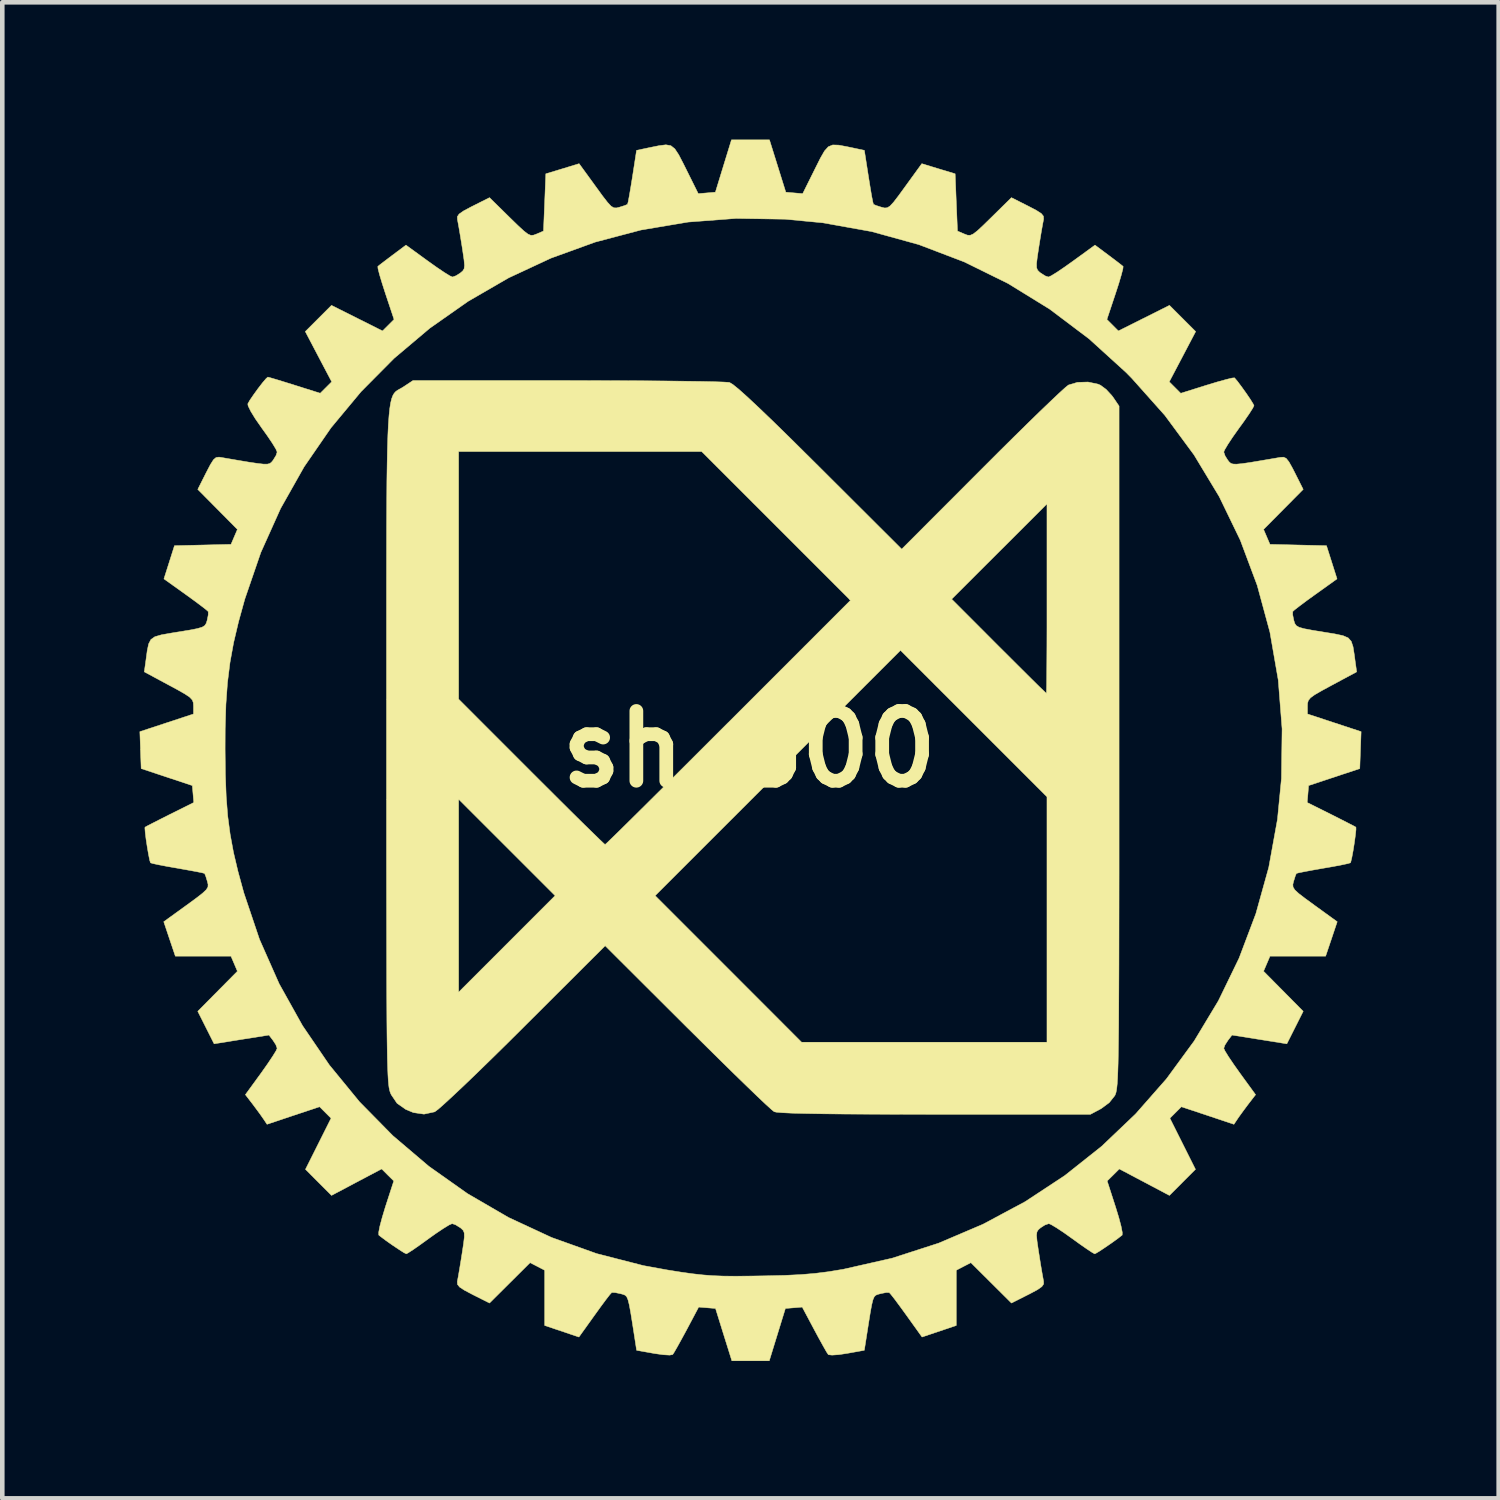
<source format=kicad_pcb>
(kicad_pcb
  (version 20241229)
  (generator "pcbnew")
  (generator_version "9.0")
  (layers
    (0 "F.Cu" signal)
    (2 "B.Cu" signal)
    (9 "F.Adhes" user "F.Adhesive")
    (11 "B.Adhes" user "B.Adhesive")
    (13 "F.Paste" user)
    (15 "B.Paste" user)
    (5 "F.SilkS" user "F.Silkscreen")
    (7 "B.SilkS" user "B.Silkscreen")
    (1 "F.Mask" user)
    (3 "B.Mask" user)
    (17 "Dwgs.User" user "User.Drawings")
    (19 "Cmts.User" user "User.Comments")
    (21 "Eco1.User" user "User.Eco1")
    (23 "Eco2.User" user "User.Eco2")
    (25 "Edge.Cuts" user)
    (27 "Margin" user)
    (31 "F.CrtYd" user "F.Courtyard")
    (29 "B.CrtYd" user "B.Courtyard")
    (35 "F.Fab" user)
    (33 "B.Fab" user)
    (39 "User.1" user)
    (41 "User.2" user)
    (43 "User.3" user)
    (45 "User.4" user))
  (footprint "sh_500"
    (layer "F.Cu")
    (at 13.318 13.315)
    (property "Reference" "sh_500" (at 0 0 0) (layer "F.SilkS") (effects (font (size 1.524 1.524) (thickness 0.3))))
    (attr through_hole)
    (fp_poly (pts (xy -3.385 -8.051) (xy -2.831 -8.049) (xy -2.313 -8.047) (xy -1.84 -8.043) (xy -1.42 -8.038) (xy -1.062 -8.033) (xy -0.776 -8.027) (xy -0.57 -8.02) (xy -0.453 -8.013) (xy -0.432 -8.01) (xy -0.36 -7.967) (xy -0.229 -7.861) (xy -0.038 -7.69) (xy 0.216 -7.452) (xy 0.535 -7.146) (xy 0.919 -6.77) (xy 1.371 -6.322) (xy 1.525 -6.169) (xy 3.329 -4.37) (xy 5.081 -6.125) (xy 5.433 -6.477) (xy 5.767 -6.808) (xy 6.075 -7.111) (xy 6.35 -7.379) (xy 6.585 -7.604) (xy 6.771 -7.78) (xy 6.901 -7.898) (xy 6.968 -7.952) (xy 6.97 -7.954) (xy 7.167 -8.013) (xy 7.399 -8.02) (xy 7.617 -7.974) (xy 7.672 -7.95) (xy 7.796 -7.858) (xy 7.92 -7.723) (xy 7.949 -7.684) (xy 8.077 -7.495) (xy 8.077 -0.051) (xy 8.077 0.966) (xy 8.077 1.886) (xy 8.077 2.714) (xy 8.076 3.455) (xy 8.075 4.115) (xy 8.074 4.698) (xy 8.072 5.209) (xy 8.07 5.653) (xy 8.068 6.035) (xy 8.064 6.36) (xy 8.06 6.633) (xy 8.056 6.859) (xy 8.05 7.043) (xy 8.044 7.189) (xy 8.037 7.304) (xy 8.028 7.391) (xy 8.019 7.456) (xy 8.009 7.503) (xy 7.997 7.538) (xy 7.985 7.566) (xy 7.983 7.569) (xy 7.862 7.721) (xy 7.688 7.85) (xy 7.67 7.86) (xy 7.452 7.976) (xy 4.053 7.976) (xy 3.297 7.975) (xy 2.639 7.973) (xy 2.077 7.97) (xy 1.608 7.965) (xy 1.228 7.958) (xy 0.934 7.951) (xy 0.723 7.941) (xy 0.593 7.93) (xy 0.543 7.919) (xy 0.486 7.873) (xy 0.364 7.762) (xy 0.186 7.594) (xy -0.042 7.374) (xy -0.312 7.112) (xy -0.618 6.812) (xy -0.95 6.484) (xy -1.303 6.134) (xy -1.359 6.079) (xy -3.149 4.294) (xy -4.94 6.081) (xy -5.296 6.435) (xy -5.634 6.767) (xy -5.947 7.072) (xy -6.227 7.341) (xy -6.467 7.567) (xy -6.659 7.744) (xy -6.795 7.864) (xy -6.869 7.919) (xy -6.874 7.922) (xy -7.106 7.972) (xy -7.338 7.938) (xy -7.503 7.87) (xy -7.695 7.735) (xy -7.821 7.549) (xy -7.835 7.519) (xy -7.848 7.485) (xy -7.859 7.444) (xy -7.87 7.391) (xy -7.879 7.32) (xy -7.887 7.226) (xy -7.894 7.104) (xy -7.9 6.95) (xy -7.906 6.758) (xy -7.91 6.523) (xy -7.914 6.241) (xy -7.917 5.906) (xy -7.919 5.513) (xy -7.92 5.308) (xy -6.35 5.308) (xy -5.296 4.254) (xy -4.242 3.2) (xy -4.242 3.2) (xy -2.057 3.2) (xy -0.457 4.8) (xy 1.142 6.401) (xy 6.502 6.401) (xy 6.502 1.041) (xy 4.902 -0.559) (xy 3.302 -2.159) (xy 0.622 0.521) (xy -2.057 3.2) (xy -4.242 3.2) (xy -5.296 2.146) (xy -6.35 1.093) (xy -6.35 5.308) (xy -7.92 5.308) (xy -7.921 5.057) (xy -7.922 4.533) (xy -7.923 3.937) (xy -7.924 3.263) (xy -7.925 2.506) (xy -7.925 1.662) (xy -7.925 0.724) (xy -7.925 -0.046) (xy -7.925 -1.076) (xy -7.925 -2.01) (xy -7.925 -2.851) (xy -7.925 -3.605) (xy -7.924 -4.278) (xy -7.923 -4.873) (xy -7.92 -5.396) (xy -7.917 -5.851) (xy -7.911 -6.244) (xy -7.906 -6.502) (xy -6.35 -6.502) (xy -6.35 -1.093) (xy -4.763 0.495) (xy -4.432 0.825) (xy -4.124 1.132) (xy -3.845 1.409) (xy -3.603 1.648) (xy -3.405 1.841) (xy -3.259 1.983) (xy -3.172 2.065) (xy -3.15 2.083) (xy -3.111 2.048) (xy -3.005 1.946) (xy -2.839 1.784) (xy -2.619 1.567) (xy -2.349 1.3) (xy -2.036 0.989) (xy -1.684 0.64) (xy -1.301 0.258) (xy -0.891 -0.151) (xy -0.46 -0.582) (xy -0.457 -0.584) (xy 2.209 -3.251) (xy 2.183 -3.278) (xy 4.42 -3.278) (xy 5.448 -2.248) (xy 5.712 -1.985) (xy 5.952 -1.746) (xy 6.158 -1.541) (xy 6.322 -1.379) (xy 6.435 -1.27) (xy 6.487 -1.221) (xy 6.489 -1.219) (xy 6.492 -1.268) (xy 6.495 -1.408) (xy 6.497 -1.628) (xy 6.499 -1.918) (xy 6.501 -2.267) (xy 6.502 -2.664) (xy 6.502 -3.099) (xy 6.502 -3.289) (xy 6.502 -5.358) (xy 5.461 -4.318) (xy 4.42 -3.278) (xy 2.183 -3.278) (xy 0.584 -4.877) (xy -1.041 -6.502) (xy -3.695 -6.502) (xy -6.35 -6.502) (xy -7.906 -6.502) (xy -7.904 -6.58) (xy -7.895 -6.862) (xy -7.884 -7.097) (xy -7.87 -7.289) (xy -7.854 -7.443) (xy -7.835 -7.563) (xy -7.813 -7.655) (xy -7.787 -7.724) (xy -7.758 -7.774) (xy -7.725 -7.811) (xy -7.688 -7.838) (xy -7.647 -7.862) (xy -7.601 -7.887) (xy -7.552 -7.917) (xy -7.348 -8.052) (xy -3.966 -8.052) (xy -3.385 -8.051)) (stroke (width 0.01) (type solid)) (fill yes) (layer "F.SilkS"))
    (fp_poly (pts (xy 0.797 -12.167) (xy 0.981 -12.151) (xy 1.166 -12.135) (xy 1.433 -12.672) (xy 1.551 -12.908) (xy 1.642 -13.067) (xy 1.726 -13.16) (xy 1.822 -13.199) (xy 1.952 -13.195) (xy 2.134 -13.161) (xy 2.235 -13.14) (xy 2.513 -13.081) (xy 2.604 -12.5) (xy 2.641 -12.27) (xy 2.673 -12.08) (xy 2.699 -11.95) (xy 2.712 -11.902) (xy 2.768 -11.877) (xy 2.88 -11.841) (xy 2.888 -11.839) (xy 2.956 -11.822) (xy 3.014 -11.827) (xy 3.074 -11.865) (xy 3.152 -11.949) (xy 3.261 -12.091) (xy 3.407 -12.292) (xy 3.768 -12.79) (xy 4.132 -12.679) (xy 4.496 -12.569) (xy 4.521 -11.944) (xy 4.547 -11.318) (xy 4.699 -11.253) (xy 4.765 -11.228) (xy 4.824 -11.225) (xy 4.89 -11.253) (xy 4.981 -11.323) (xy 5.112 -11.445) (xy 5.289 -11.618) (xy 5.726 -12.048) (xy 6.089 -11.865) (xy 6.272 -11.769) (xy 6.379 -11.7) (xy 6.425 -11.642) (xy 6.429 -11.581) (xy 6.427 -11.569) (xy 6.408 -11.47) (xy 6.378 -11.3) (xy 6.343 -11.087) (xy 6.325 -10.973) (xy 6.291 -10.75) (xy 6.274 -10.605) (xy 6.276 -10.516) (xy 6.298 -10.462) (xy 6.341 -10.419) (xy 6.363 -10.402) (xy 6.466 -10.337) (xy 6.534 -10.314) (xy 6.595 -10.341) (xy 6.72 -10.418) (xy 6.888 -10.532) (xy 7.071 -10.662) (xy 7.551 -11.011) (xy 7.847 -10.79) (xy 7.995 -10.679) (xy 8.108 -10.592) (xy 8.164 -10.547) (xy 8.166 -10.545) (xy 8.16 -10.491) (xy 8.126 -10.36) (xy 8.071 -10.173) (xy 8 -9.954) (xy 7.811 -9.387) (xy 8.062 -9.136) (xy 9.178 -9.695) (xy 9.464 -9.409) (xy 9.75 -9.123) (xy 9.462 -8.574) (xy 9.173 -8.025) (xy 9.424 -7.774) (xy 10 -7.955) (xy 10.226 -8.023) (xy 10.414 -8.075) (xy 10.545 -8.107) (xy 10.599 -8.112) (xy 10.664 -8.035) (xy 10.756 -7.912) (xy 10.857 -7.771) (xy 10.947 -7.638) (xy 11.008 -7.539) (xy 11.024 -7.504) (xy 10.995 -7.446) (xy 10.918 -7.325) (xy 10.805 -7.161) (xy 10.693 -7.007) (xy 10.559 -6.818) (xy 10.452 -6.656) (xy 10.383 -6.539) (xy 10.364 -6.491) (xy 10.394 -6.405) (xy 10.453 -6.312) (xy 10.484 -6.273) (xy 10.517 -6.245) (xy 10.564 -6.229) (xy 10.641 -6.226) (xy 10.76 -6.237) (xy 10.935 -6.262) (xy 11.18 -6.303) (xy 11.509 -6.359) (xy 11.595 -6.374) (xy 11.669 -6.379) (xy 11.727 -6.353) (xy 11.787 -6.278) (xy 11.866 -6.137) (xy 11.917 -6.037) (xy 12.099 -5.675) (xy 11.666 -5.238) (xy 11.233 -4.801) (xy 11.373 -4.474) (xy 12.608 -4.445) (xy 12.838 -3.72) (xy 12.363 -3.38) (xy 12.173 -3.243) (xy 12.016 -3.125) (xy 11.909 -3.042) (xy 11.87 -3.006) (xy 11.869 -2.938) (xy 11.893 -2.82) (xy 11.894 -2.814) (xy 11.915 -2.746) (xy 11.948 -2.698) (xy 12.009 -2.663) (xy 12.118 -2.632) (xy 12.292 -2.599) (xy 12.531 -2.56) (xy 12.79 -2.518) (xy 12.968 -2.48) (xy 13.082 -2.431) (xy 13.149 -2.355) (xy 13.188 -2.237) (xy 13.216 -2.061) (xy 13.232 -1.939) (xy 13.267 -1.689) (xy 12.729 -1.4) (xy 12.502 -1.277) (xy 12.35 -1.189) (xy 12.258 -1.122) (xy 12.211 -1.063) (xy 12.194 -1.001) (xy 12.192 -0.94) (xy 12.192 -0.769) (xy 12.778 -0.576) (xy 13.364 -0.383) (xy 13.335 0.424) (xy 12.217 0.795) (xy 12.202 0.98) (xy 12.186 1.165) (xy 12.71 1.426) (xy 12.918 1.531) (xy 13.09 1.619) (xy 13.207 1.679) (xy 13.251 1.704) (xy 13.252 1.758) (xy 13.239 1.881) (xy 13.217 2.044) (xy 13.19 2.215) (xy 13.162 2.365) (xy 13.139 2.462) (xy 13.131 2.482) (xy 13.074 2.499) (xy 12.939 2.528) (xy 12.745 2.565) (xy 12.537 2.601) (xy 12.309 2.641) (xy 12.122 2.676) (xy 11.995 2.702) (xy 11.95 2.714) (xy 11.927 2.768) (xy 11.892 2.88) (xy 11.889 2.888) (xy 11.873 2.956) (xy 11.878 3.013) (xy 11.916 3.074) (xy 12 3.152) (xy 12.142 3.261) (xy 12.343 3.408) (xy 12.842 3.769) (xy 12.716 4.145) (xy 12.589 4.521) (xy 11.374 4.521) (xy 11.233 4.851) (xy 12.099 5.726) (xy 11.742 6.436) (xy 11.143 6.34) (xy 10.544 6.245) (xy 10.455 6.361) (xy 10.389 6.464) (xy 10.364 6.534) (xy 10.392 6.595) (xy 10.469 6.72) (xy 10.583 6.888) (xy 10.711 7.069) (xy 11.059 7.547) (xy 10.901 7.752) (xy 10.791 7.899) (xy 10.695 8.032) (xy 10.665 8.076) (xy 10.586 8.194) (xy 10.012 8.002) (xy 9.438 7.811) (xy 9.187 8.062) (xy 9.746 9.178) (xy 9.461 9.463) (xy 9.177 9.748) (xy 8.629 9.458) (xy 8.082 9.169) (xy 7.95 9.301) (xy 7.817 9.432) (xy 8.002 10.005) (xy 8.071 10.231) (xy 8.121 10.421) (xy 8.147 10.556) (xy 8.145 10.614) (xy 8.049 10.689) (xy 7.916 10.785) (xy 7.773 10.883) (xy 7.647 10.967) (xy 7.562 11.017) (xy 7.544 11.024) (xy 7.491 10.995) (xy 7.374 10.918) (xy 7.212 10.805) (xy 7.057 10.693) (xy 6.869 10.559) (xy 6.707 10.452) (xy 6.59 10.383) (xy 6.542 10.364) (xy 6.456 10.394) (xy 6.364 10.453) (xy 6.313 10.497) (xy 6.283 10.545) (xy 6.274 10.619) (xy 6.285 10.742) (xy 6.313 10.936) (xy 6.327 11.024) (xy 6.362 11.247) (xy 6.395 11.442) (xy 6.42 11.58) (xy 6.428 11.62) (xy 6.429 11.683) (xy 6.39 11.74) (xy 6.295 11.807) (xy 6.125 11.898) (xy 6.089 11.916) (xy 5.726 12.099) (xy 5.283 11.658) (xy 4.84 11.217) (xy 4.68 11.299) (xy 4.521 11.382) (xy 4.521 12.589) (xy 4.147 12.715) (xy 3.773 12.841) (xy 3.432 12.365) (xy 3.294 12.175) (xy 3.177 12.017) (xy 3.093 11.91) (xy 3.057 11.87) (xy 2.989 11.869) (xy 2.87 11.893) (xy 2.862 11.895) (xy 2.805 11.91) (xy 2.762 11.928) (xy 2.728 11.963) (xy 2.7 12.029) (xy 2.673 12.14) (xy 2.642 12.31) (xy 2.603 12.553) (xy 2.552 12.878) (xy 2.512 13.131) (xy 2.138 13.198) (xy 1.953 13.226) (xy 1.807 13.236) (xy 1.729 13.227) (xy 1.725 13.224) (xy 1.686 13.165) (xy 1.612 13.035) (xy 1.513 12.856) (xy 1.421 12.685) (xy 1.156 12.187) (xy 0.972 12.202) (xy 0.788 12.217) (xy 0.436 13.36) (xy 0.027 13.36) (xy -0.381 13.36) (xy -0.56 12.789) (xy -0.738 12.217) (xy -0.922 12.202) (xy -1.106 12.187) (xy -1.37 12.685) (xy -1.481 12.889) (xy -1.576 13.061) (xy -1.645 13.18) (xy -1.674 13.224) (xy -1.74 13.236) (xy -1.877 13.228) (xy -2.058 13.203) (xy -2.087 13.198) (xy -2.462 13.131) (xy -2.501 12.878) (xy -2.552 12.55) (xy -2.591 12.308) (xy -2.622 12.139) (xy -2.65 12.028) (xy -2.678 11.962) (xy -2.712 11.928) (xy -2.755 11.91) (xy -2.811 11.895) (xy -2.931 11.87) (xy -3.004 11.869) (xy -3.006 11.87) (xy -3.048 11.916) (xy -3.135 12.028) (xy -3.254 12.189) (xy -3.381 12.365) (xy -3.722 12.841) (xy -4.096 12.715) (xy -4.47 12.589) (xy -4.47 11.382) (xy -4.63 11.299) (xy -4.789 11.217) (xy -5.232 11.658) (xy -5.675 12.099) (xy -6.039 11.916) (xy -6.221 11.82) (xy -6.328 11.75) (xy -6.375 11.692) (xy -6.379 11.631) (xy -6.377 11.62) (xy -6.358 11.521) (xy -6.329 11.351) (xy -6.294 11.138) (xy -6.276 11.024) (xy -6.242 10.8) (xy -6.225 10.656) (xy -6.227 10.567) (xy -6.249 10.512) (xy -6.293 10.469) (xy -6.313 10.453) (xy -6.419 10.388) (xy -6.491 10.364) (xy -6.557 10.392) (xy -6.684 10.47) (xy -6.853 10.583) (xy -7.007 10.693) (xy -7.192 10.827) (xy -7.347 10.935) (xy -7.454 11.004) (xy -7.493 11.024) (xy -7.547 10.997) (xy -7.656 10.927) (xy -7.795 10.834) (xy -7.936 10.735) (xy -8.053 10.647) (xy -8.094 10.614) (xy -8.096 10.554) (xy -8.07 10.419) (xy -8.019 10.228) (xy -7.952 10.005) (xy -7.766 9.432) (xy -7.899 9.301) (xy -8.031 9.169) (xy -8.579 9.458) (xy -9.126 9.748) (xy -9.411 9.463) (xy -9.695 9.178) (xy -9.136 8.062) (xy -9.387 7.811) (xy -9.961 8.002) (xy -10.535 8.194) (xy -10.614 8.076) (xy -10.692 7.965) (xy -10.8 7.819) (xy -10.85 7.752) (xy -11.008 7.547) (xy -10.66 7.069) (xy -10.523 6.875) (xy -10.412 6.709) (xy -10.338 6.589) (xy -10.314 6.534) (xy -10.343 6.455) (xy -10.404 6.361) (xy -10.493 6.245) (xy -11.092 6.34) (xy -11.691 6.436) (xy -12.048 5.726) (xy -11.182 4.851) (xy -11.323 4.521) (xy -12.538 4.521) (xy -12.665 4.145) (xy -12.791 3.769) (xy -12.292 3.408) (xy -12.083 3.255) (xy -11.944 3.147) (xy -11.863 3.071) (xy -11.826 3.011) (xy -11.823 2.953) (xy -11.839 2.888) (xy -11.874 2.774) (xy -11.899 2.715) (xy -11.9 2.714) (xy -11.953 2.7) (xy -12.086 2.673) (xy -12.278 2.638) (xy -12.486 2.601) (xy -12.715 2.561) (xy -12.904 2.525) (xy -13.033 2.497) (xy -13.08 2.482) (xy -13.099 2.424) (xy -13.124 2.298) (xy -13.152 2.135) (xy -13.178 1.964) (xy -13.196 1.816) (xy -13.203 1.722) (xy -13.2 1.704) (xy -13.15 1.676) (xy -13.028 1.613) (xy -12.853 1.524) (xy -12.659 1.426) (xy -12.135 1.165) (xy -12.151 0.98) (xy -12.167 0.795) (xy -13.284 0.424) (xy -13.299 0.02) (xy -13.299 0) (xy -11.451 0) (xy -11.445 0.555) (xy -11.427 1.033) (xy -11.394 1.459) (xy -11.341 1.858) (xy -11.268 2.254) (xy -11.169 2.673) (xy -11.042 3.138) (xy -11.04 3.144) (xy -10.699 4.156) (xy -10.271 5.123) (xy -9.76 6.039) (xy -9.173 6.9) (xy -8.515 7.703) (xy -7.789 8.441) (xy -7.001 9.111) (xy -6.157 9.708) (xy -5.261 10.229) (xy -4.318 10.667) (xy -3.334 11.019) (xy -2.313 11.281) (xy -1.803 11.374) (xy -1.496 11.423) (xy -1.241 11.459) (xy -1.015 11.484) (xy -0.797 11.501) (xy -0.563 11.51) (xy -0.291 11.512) (xy 0.043 11.509) (xy 0.356 11.504) (xy 0.777 11.494) (xy 1.127 11.477) (xy 1.435 11.451) (xy 1.731 11.414) (xy 2.046 11.362) (xy 2.057 11.36) (xy 3.119 11.119) (xy 4.137 10.79) (xy 5.107 10.376) (xy 6.027 9.883) (xy 6.891 9.314) (xy 7.696 8.675) (xy 8.438 7.968) (xy 9.113 7.2) (xy 9.718 6.374) (xy 10.247 5.495) (xy 10.698 4.566) (xy 11.065 3.594) (xy 11.347 2.581) (xy 11.537 1.532) (xy 11.624 0.641) (xy 11.638 -0.443) (xy 11.554 -1.51) (xy 11.372 -2.557) (xy 11.095 -3.577) (xy 10.725 -4.566) (xy 10.264 -5.518) (xy 9.714 -6.429) (xy 9.077 -7.292) (xy 8.354 -8.103) (xy 8.229 -8.23) (xy 7.421 -8.964) (xy 6.56 -9.613) (xy 5.651 -10.173) (xy 4.697 -10.643) (xy 3.703 -11.022) (xy 2.671 -11.307) (xy 1.607 -11.498) (xy 0.782 -11.577) (xy -0.287 -11.594) (xy -1.338 -11.514) (xy -2.366 -11.341) (xy -3.365 -11.077) (xy -4.331 -10.727) (xy -5.259 -10.295) (xy -6.143 -9.783) (xy -6.978 -9.197) (xy -7.759 -8.538) (xy -8.48 -7.811) (xy -9.138 -7.02) (xy -9.725 -6.168) (xy -10.238 -5.259) (xy -10.671 -4.296) (xy -11.019 -3.283) (xy -11.021 -3.277) (xy -11.158 -2.781) (xy -11.265 -2.328) (xy -11.344 -1.894) (xy -11.399 -1.453) (xy -11.433 -0.98) (xy -11.449 -0.451) (xy -11.451 0) (xy -13.299 0) (xy -13.313 -0.383) (xy -12.727 -0.576) (xy -12.141 -0.769) (xy -12.141 -0.94) (xy -12.145 -1.015) (xy -12.168 -1.076) (xy -12.223 -1.135) (xy -12.327 -1.205) (xy -12.493 -1.3) (xy -12.679 -1.4) (xy -13.216 -1.689) (xy -13.181 -1.939) (xy -13.152 -2.153) (xy -13.121 -2.3) (xy -13.071 -2.396) (xy -12.984 -2.457) (xy -12.842 -2.498) (xy -12.628 -2.536) (xy -12.48 -2.56) (xy -12.228 -2.601) (xy -12.059 -2.634) (xy -11.953 -2.665) (xy -11.894 -2.701) (xy -11.863 -2.75) (xy -11.843 -2.814) (xy -11.819 -2.933) (xy -11.818 -3.005) (xy -11.819 -3.006) (xy -11.866 -3.048) (xy -11.978 -3.135) (xy -12.138 -3.254) (xy -12.312 -3.38) (xy -12.787 -3.72) (xy -12.557 -4.445) (xy -11.322 -4.474) (xy -11.182 -4.801) (xy -11.615 -5.238) (xy -12.048 -5.675) (xy -11.866 -6.037) (xy -11.772 -6.217) (xy -11.705 -6.323) (xy -11.648 -6.371) (xy -11.584 -6.38) (xy -11.544 -6.374) (xy -11.195 -6.314) (xy -10.933 -6.27) (xy -10.743 -6.242) (xy -10.612 -6.227) (xy -10.527 -6.227) (xy -10.475 -6.24) (xy -10.44 -6.266) (xy -10.41 -6.302) (xy -10.402 -6.312) (xy -10.337 -6.418) (xy -10.314 -6.491) (xy -10.342 -6.557) (xy -10.419 -6.684) (xy -10.533 -6.853) (xy -10.648 -7.013) (xy -10.788 -7.214) (xy -10.891 -7.382) (xy -10.948 -7.499) (xy -10.955 -7.543) (xy -10.911 -7.622) (xy -10.829 -7.742) (xy -10.73 -7.879) (xy -10.632 -8.006) (xy -10.554 -8.097) (xy -10.517 -8.128) (xy -10.461 -8.113) (xy -10.328 -8.074) (xy -10.139 -8.016) (xy -9.931 -7.951) (xy -9.373 -7.775) (xy -9.122 -8.025) (xy -9.411 -8.574) (xy -9.699 -9.123) (xy -9.413 -9.409) (xy -9.127 -9.695) (xy -8.012 -9.136) (xy -7.76 -9.387) (xy -7.949 -9.954) (xy -8.021 -10.178) (xy -8.077 -10.364) (xy -8.11 -10.493) (xy -8.115 -10.545) (xy -8.066 -10.585) (xy -7.957 -10.668) (xy -7.812 -10.778) (xy -7.796 -10.79) (xy -7.5 -11.011) (xy -7.02 -10.662) (xy -6.826 -10.524) (xy -6.66 -10.412) (xy -6.539 -10.338) (xy -6.483 -10.314) (xy -6.404 -10.343) (xy -6.312 -10.402) (xy -6.26 -10.446) (xy -6.23 -10.494) (xy -6.221 -10.567) (xy -6.232 -10.689) (xy -6.26 -10.881) (xy -6.274 -10.973) (xy -6.31 -11.196) (xy -6.343 -11.391) (xy -6.368 -11.529) (xy -6.376 -11.569) (xy -6.378 -11.632) (xy -6.34 -11.689) (xy -6.245 -11.756) (xy -6.077 -11.846) (xy -6.039 -11.865) (xy -5.675 -12.048) (xy -5.238 -11.618) (xy -5.053 -11.438) (xy -4.924 -11.319) (xy -4.835 -11.251) (xy -4.77 -11.224) (xy -4.712 -11.229) (xy -4.648 -11.253) (xy -4.496 -11.318) (xy -4.47 -11.944) (xy -4.445 -12.569) (xy -4.081 -12.679) (xy -3.718 -12.79) (xy -3.356 -12.292) (xy -3.204 -12.083) (xy -3.096 -11.944) (xy -3.02 -11.862) (xy -2.96 -11.826) (xy -2.902 -11.823) (xy -2.837 -11.839) (xy -2.723 -11.875) (xy -2.662 -11.901) (xy -2.661 -11.902) (xy -2.646 -11.956) (xy -2.621 -12.09) (xy -2.588 -12.284) (xy -2.553 -12.5) (xy -2.463 -13.081) (xy -2.184 -13.14) (xy -1.972 -13.183) (xy -1.822 -13.202) (xy -1.714 -13.183) (xy -1.627 -13.114) (xy -1.542 -12.985) (xy -1.438 -12.784) (xy -1.382 -12.672) (xy -1.115 -12.135) (xy -0.928 -12.151) (xy -0.741 -12.167) (xy -0.566 -12.738) (xy -0.39 -13.31) (xy 0.44 -13.31) (xy 0.797 -12.167)) (stroke (width 0.01) (type solid)) (fill yes) (layer "F.SilkS")))
  (gr_rect
    (start -3 -3)
    (end 29.687 29.68)
    (stroke (width 0.1) (type default))
    (fill no)
    (layer "Edge.Cuts")))
</source>
